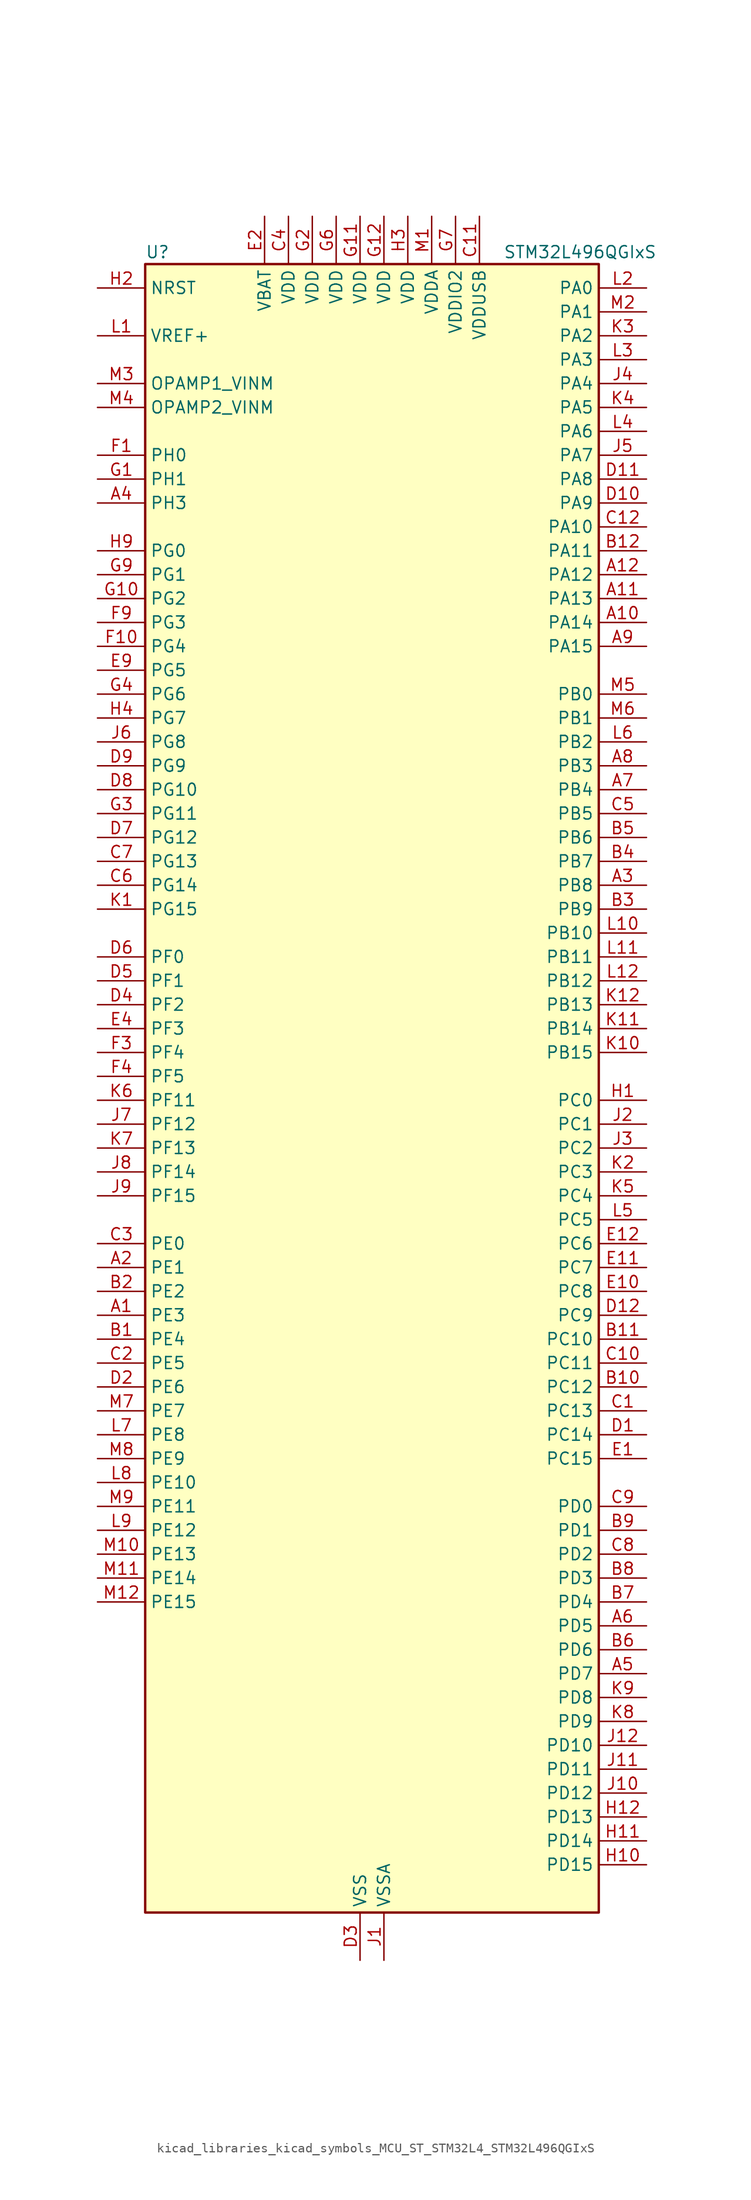
<source format=kicad_sym>
(kicad_symbol_lib
  (version 20220914)
  (generator kicad_symbol_editor)
  (symbol "kicad_libraries_kicad_symbols_MCU_ST_STM32L4_STM32L496QGIxS"
    (property "Reference" "U"
      (at -22.86 90.17 0)
      (effects (font (size 1.27 1.27)) (justify left)))
    (property "Value" "STM32L496QGIxS"
      (at 15.24 90.17 0)
      (effects (font (size 1.27 1.27)) (justify left)))
    (property "ki_locked" ""
      (at 0 0 0)
      (effects (font (size 1.27 1.27))))
    (symbol "kicad_libraries_kicad_symbols_MCU_ST_STM32L4_STM32L496QGIxS_0_1"
      (rectangle (start -22.86 -86.36) (end 25.4 88.9) (stroke (width 0.254) (type default)) (fill (type background))))
    (symbol "kicad_libraries_kicad_symbols_MCU_ST_STM32L4_STM32L496QGIxS_1_1"
      (pin bidirectional line (at -27.94 -22.86 0) (length 5.08) (name "PE3" (effects (font (size 1.27 1.27)))) (number "A1" (effects (font (size 1.27 1.27)))) (alternate "FMC_A19" bidirectional line) (alternate "LCD_SEG39" bidirectional line) (alternate "SAI1_SD_B" bidirectional line) (alternate "SYS_TRACED0" bidirectional line) (alternate "TIM3_CH1" bidirectional line) (alternate "TSC_G7_IO2" bidirectional line))
      (pin bidirectional line (at 30.48 50.8 180) (length 5.08) (name "PA14" (effects (font (size 1.27 1.27)))) (number "A10" (effects (font (size 1.27 1.27)))) (alternate "I2C1_SMBA" bidirectional line) (alternate "I2C4_SMBA" bidirectional line) (alternate "LPTIM1_OUT" bidirectional line) (alternate "SAI1_FS_B" bidirectional line) (alternate "SWPMI1_RX" bidirectional line) (alternate "SYS_JTCK-SWCLK" bidirectional line) (alternate "USB_OTG_FS_SOF" bidirectional line))
      (pin bidirectional line (at 30.48 53.34 180) (length 5.08) (name "PA13" (effects (font (size 1.27 1.27)))) (number "A11" (effects (font (size 1.27 1.27)))) (alternate "IR_OUT" bidirectional line) (alternate "SAI1_SD_B" bidirectional line) (alternate "SWPMI1_TX" bidirectional line) (alternate "SYS_JTMS-SWDIO" bidirectional line) (alternate "USB_OTG_FS_NOE" bidirectional line))
      (pin bidirectional line (at 30.48 55.88 180) (length 5.08) (name "PA12" (effects (font (size 1.27 1.27)))) (number "A12" (effects (font (size 1.27 1.27)))) (alternate "CAN1_TX" bidirectional line) (alternate "SPI1_MOSI" bidirectional line) (alternate "TIM1_ETR" bidirectional line) (alternate "USART1_DE" bidirectional line) (alternate "USART1_RTS" bidirectional line) (alternate "USB_OTG_FS_DP" bidirectional line))
      (pin bidirectional line (at -27.94 -17.78 0) (length 5.08) (name "PE1" (effects (font (size 1.27 1.27)))) (number "A2" (effects (font (size 1.27 1.27)))) (alternate "DCMI_D3" bidirectional line) (alternate "FMC_NBL1" bidirectional line) (alternate "LCD_SEG37" bidirectional line) (alternate "TIM17_CH1" bidirectional line))
      (pin bidirectional line (at 30.48 22.86 180) (length 5.08) (name "PB8" (effects (font (size 1.27 1.27)))) (number "A3" (effects (font (size 1.27 1.27)))) (alternate "CAN1_RX" bidirectional line) (alternate "DCMI_D6" bidirectional line) (alternate "DFSDM1_DATIN6" bidirectional line) (alternate "I2C1_SCL" bidirectional line) (alternate "LCD_SEG16" bidirectional line) (alternate "SAI1_MCLK_A" bidirectional line) (alternate "SDMMC1_D4" bidirectional line) (alternate "TIM16_CH1" bidirectional line) (alternate "TIM4_CH3" bidirectional line))
      (pin bidirectional line (at -27.94 63.5 0) (length 5.08) (name "PH3" (effects (font (size 1.27 1.27)))) (number "A4" (effects (font (size 1.27 1.27)))))
      (pin bidirectional line (at 30.48 -60.96 180) (length 5.08) (name "PD7" (effects (font (size 1.27 1.27)))) (number "A5" (effects (font (size 1.27 1.27)))) (alternate "DFSDM1_CKIN1" bidirectional line) (alternate "FMC_NE1" bidirectional line) (alternate "QUADSPI_BK2_IO3" bidirectional line) (alternate "USART2_CK" bidirectional line))
      (pin bidirectional line (at 30.48 -55.88 180) (length 5.08) (name "PD5" (effects (font (size 1.27 1.27)))) (number "A6" (effects (font (size 1.27 1.27)))) (alternate "FMC_NWE" bidirectional line) (alternate "QUADSPI_BK2_IO1" bidirectional line) (alternate "USART2_TX" bidirectional line))
      (pin bidirectional line (at 30.48 33.02 180) (length 5.08) (name "PB4" (effects (font (size 1.27 1.27)))) (number "A7" (effects (font (size 1.27 1.27)))) (alternate "COMP2_INP" bidirectional line) (alternate "DCMI_D12" bidirectional line) (alternate "I2C3_SDA" bidirectional line) (alternate "LCD_SEG8" bidirectional line) (alternate "SAI1_MCLK_B" bidirectional line) (alternate "SPI1_MISO" bidirectional line) (alternate "SPI3_MISO" bidirectional line) (alternate "SYS_JTRST" bidirectional line) (alternate "TIM17_BKIN" bidirectional line) (alternate "TIM3_CH1" bidirectional line) (alternate "TSC_G2_IO1" bidirectional line) (alternate "UART5_DE" bidirectional line) (alternate "UART5_RTS" bidirectional line) (alternate "USART1_CTS" bidirectional line))
      (pin bidirectional line (at 30.48 35.56 180) (length 5.08) (name "PB3" (effects (font (size 1.27 1.27)))) (number "A8" (effects (font (size 1.27 1.27)))) (alternate "COMP2_INM" bidirectional line) (alternate "CRS_SYNC" bidirectional line) (alternate "LCD_SEG7" bidirectional line) (alternate "SAI1_SCK_B" bidirectional line) (alternate "SPI1_SCK" bidirectional line) (alternate "SPI3_SCK" bidirectional line) (alternate "SYS_JTDO-SWO" bidirectional line) (alternate "TIM2_CH2" bidirectional line) (alternate "USART1_DE" bidirectional line) (alternate "USART1_RTS" bidirectional line))
      (pin bidirectional line (at 30.48 48.26 180) (length 5.08) (name "PA15" (effects (font (size 1.27 1.27)))) (number "A9" (effects (font (size 1.27 1.27)))) (alternate "ADC1_EXTI15" bidirectional line) (alternate "ADC2_EXTI15" bidirectional line) (alternate "ADC3_EXTI15" bidirectional line) (alternate "LCD_SEG17" bidirectional line) (alternate "SAI2_FS_B" bidirectional line) (alternate "SPI1_NSS" bidirectional line) (alternate "SPI3_NSS" bidirectional line) (alternate "SWPMI1_SUSPEND" bidirectional line) (alternate "SYS_JTDI" bidirectional line) (alternate "TIM2_CH1" bidirectional line) (alternate "TIM2_ETR" bidirectional line) (alternate "TSC_G3_IO1" bidirectional line) (alternate "UART4_DE" bidirectional line) (alternate "UART4_RTS" bidirectional line) (alternate "USART2_RX" bidirectional line) (alternate "USART3_DE" bidirectional line) (alternate "USART3_RTS" bidirectional line))
      (pin bidirectional line (at -27.94 -25.4 0) (length 5.08) (name "PE4" (effects (font (size 1.27 1.27)))) (number "B1" (effects (font (size 1.27 1.27)))) (alternate "DCMI_D4" bidirectional line) (alternate "DFSDM1_DATIN3" bidirectional line) (alternate "FMC_A20" bidirectional line) (alternate "SAI1_FS_A" bidirectional line) (alternate "SYS_TRACED1" bidirectional line) (alternate "TIM3_CH2" bidirectional line) (alternate "TSC_G7_IO3" bidirectional line))
      (pin bidirectional line (at 30.48 -30.48 180) (length 5.08) (name "PC12" (effects (font (size 1.27 1.27)))) (number "B10" (effects (font (size 1.27 1.27)))) (alternate "DCMI_D9" bidirectional line) (alternate "LCD_COM6" bidirectional line) (alternate "LCD_SEG30" bidirectional line) (alternate "LCD_SEG42" bidirectional line) (alternate "SAI2_SD_B" bidirectional line) (alternate "SDMMC1_CK" bidirectional line) (alternate "SPI3_MOSI" bidirectional line) (alternate "SYS_TRACED3" bidirectional line) (alternate "TSC_G3_IO4" bidirectional line) (alternate "UART5_TX" bidirectional line) (alternate "USART3_CK" bidirectional line))
      (pin bidirectional line (at 30.48 -25.4 180) (length 5.08) (name "PC10" (effects (font (size 1.27 1.27)))) (number "B11" (effects (font (size 1.27 1.27)))) (alternate "DCMI_D8" bidirectional line) (alternate "LCD_COM4" bidirectional line) (alternate "LCD_SEG28" bidirectional line) (alternate "LCD_SEG40" bidirectional line) (alternate "SAI2_SCK_B" bidirectional line) (alternate "SDMMC1_D2" bidirectional line) (alternate "SPI3_SCK" bidirectional line) (alternate "SYS_TRACED1" bidirectional line) (alternate "TSC_G3_IO2" bidirectional line) (alternate "UART4_TX" bidirectional line) (alternate "USART3_TX" bidirectional line))
      (pin bidirectional line (at 30.48 58.42 180) (length 5.08) (name "PA11" (effects (font (size 1.27 1.27)))) (number "B12" (effects (font (size 1.27 1.27)))) (alternate "ADC1_EXTI11" bidirectional line) (alternate "ADC2_EXTI11" bidirectional line) (alternate "ADC3_EXTI11" bidirectional line) (alternate "CAN1_RX" bidirectional line) (alternate "SPI1_MISO" bidirectional line) (alternate "TIM1_BKIN2" bidirectional line) (alternate "TIM1_BKIN2_COMP1" bidirectional line) (alternate "TIM1_CH4" bidirectional line) (alternate "USART1_CTS" bidirectional line) (alternate "USB_OTG_FS_DM" bidirectional line))
      (pin bidirectional line (at -27.94 -20.32 0) (length 5.08) (name "PE2" (effects (font (size 1.27 1.27)))) (number "B2" (effects (font (size 1.27 1.27)))) (alternate "FMC_A23" bidirectional line) (alternate "LCD_SEG38" bidirectional line) (alternate "SAI1_MCLK_A" bidirectional line) (alternate "SYS_TRACECLK" bidirectional line) (alternate "TIM3_ETR" bidirectional line) (alternate "TSC_G7_IO1" bidirectional line))
      (pin bidirectional line (at 30.48 20.32 180) (length 5.08) (name "PB9" (effects (font (size 1.27 1.27)))) (number "B3" (effects (font (size 1.27 1.27)))) (alternate "CAN1_TX" bidirectional line) (alternate "DAC1_EXTI9" bidirectional line) (alternate "DCMI_D7" bidirectional line) (alternate "DFSDM1_CKIN6" bidirectional line) (alternate "I2C1_SDA" bidirectional line) (alternate "IR_OUT" bidirectional line) (alternate "LCD_COM3" bidirectional line) (alternate "SAI1_FS_A" bidirectional line) (alternate "SDMMC1_D5" bidirectional line) (alternate "SPI2_NSS" bidirectional line) (alternate "TIM17_CH1" bidirectional line) (alternate "TIM4_CH4" bidirectional line))
      (pin bidirectional line (at 30.48 25.4 180) (length 5.08) (name "PB7" (effects (font (size 1.27 1.27)))) (number "B4" (effects (font (size 1.27 1.27)))) (alternate "COMP2_INM" bidirectional line) (alternate "DCMI_VSYNC" bidirectional line) (alternate "DFSDM1_CKIN5" bidirectional line) (alternate "FMC_NL" bidirectional line) (alternate "I2C1_SDA" bidirectional line) (alternate "I2C4_SDA" bidirectional line) (alternate "LCD_SEG21" bidirectional line) (alternate "LPTIM1_IN2" bidirectional line) (alternate "SYS_PVD_IN" bidirectional line) (alternate "TIM17_CH1N" bidirectional line) (alternate "TIM4_CH2" bidirectional line) (alternate "TIM8_BKIN" bidirectional line) (alternate "TIM8_BKIN_COMP1" bidirectional line) (alternate "TSC_G2_IO4" bidirectional line) (alternate "UART4_CTS" bidirectional line) (alternate "USART1_RX" bidirectional line))
      (pin bidirectional line (at 30.48 27.94 180) (length 5.08) (name "PB6" (effects (font (size 1.27 1.27)))) (number "B5" (effects (font (size 1.27 1.27)))) (alternate "CAN2_TX" bidirectional line) (alternate "COMP2_INP" bidirectional line) (alternate "DCMI_D5" bidirectional line) (alternate "DFSDM1_DATIN5" bidirectional line) (alternate "I2C1_SCL" bidirectional line) (alternate "I2C4_SCL" bidirectional line) (alternate "LPTIM1_ETR" bidirectional line) (alternate "SAI1_FS_B" bidirectional line) (alternate "TIM16_CH1N" bidirectional line) (alternate "TIM4_CH1" bidirectional line) (alternate "TIM8_BKIN2" bidirectional line) (alternate "TIM8_BKIN2_COMP2" bidirectional line) (alternate "TSC_G2_IO3" bidirectional line) (alternate "USART1_TX" bidirectional line))
      (pin bidirectional line (at 30.48 -58.42 180) (length 5.08) (name "PD6" (effects (font (size 1.27 1.27)))) (number "B6" (effects (font (size 1.27 1.27)))) (alternate "DCMI_D10" bidirectional line) (alternate "DFSDM1_DATIN1" bidirectional line) (alternate "FMC_NWAIT" bidirectional line) (alternate "QUADSPI_BK2_IO1" bidirectional line) (alternate "QUADSPI_BK2_IO2" bidirectional line) (alternate "SAI1_SD_A" bidirectional line) (alternate "USART2_RX" bidirectional line))
      (pin bidirectional line (at 30.48 -53.34 180) (length 5.08) (name "PD4" (effects (font (size 1.27 1.27)))) (number "B7" (effects (font (size 1.27 1.27)))) (alternate "DFSDM1_CKIN0" bidirectional line) (alternate "FMC_NOE" bidirectional line) (alternate "QUADSPI_BK2_IO0" bidirectional line) (alternate "SPI2_MOSI" bidirectional line) (alternate "USART2_DE" bidirectional line) (alternate "USART2_RTS" bidirectional line))
      (pin bidirectional line (at 30.48 -50.8 180) (length 5.08) (name "PD3" (effects (font (size 1.27 1.27)))) (number "B8" (effects (font (size 1.27 1.27)))) (alternate "DCMI_D5" bidirectional line) (alternate "DFSDM1_DATIN0" bidirectional line) (alternate "FMC_CLK" bidirectional line) (alternate "QUADSPI_BK2_NCS" bidirectional line) (alternate "SPI2_MISO" bidirectional line) (alternate "SPI2_SCK" bidirectional line) (alternate "USART2_CTS" bidirectional line))
      (pin bidirectional line (at 30.48 -45.72 180) (length 5.08) (name "PD1" (effects (font (size 1.27 1.27)))) (number "B9" (effects (font (size 1.27 1.27)))) (alternate "CAN1_TX" bidirectional line) (alternate "DFSDM1_CKIN7" bidirectional line) (alternate "FMC_D3" bidirectional line) (alternate "FMC_DA3" bidirectional line) (alternate "SPI2_SCK" bidirectional line))
      (pin bidirectional line (at 30.48 -33.02 180) (length 5.08) (name "PC13" (effects (font (size 1.27 1.27)))) (number "C1" (effects (font (size 1.27 1.27)))) (alternate "RTC_OUT_ALARM" bidirectional line) (alternate "RTC_OUT_CALIB" bidirectional line) (alternate "RTC_TAMP1" bidirectional line) (alternate "RTC_TS" bidirectional line) (alternate "SYS_WKUP2" bidirectional line))
      (pin bidirectional line (at 30.48 -27.94 180) (length 5.08) (name "PC11" (effects (font (size 1.27 1.27)))) (number "C10" (effects (font (size 1.27 1.27)))) (alternate "ADC1_EXTI11" bidirectional line) (alternate "ADC2_EXTI11" bidirectional line) (alternate "ADC3_EXTI11" bidirectional line) (alternate "DCMI_D4" bidirectional line) (alternate "LCD_COM5" bidirectional line) (alternate "LCD_SEG29" bidirectional line) (alternate "LCD_SEG41" bidirectional line) (alternate "QUADSPI_BK2_NCS" bidirectional line) (alternate "SAI2_MCLK_B" bidirectional line) (alternate "SDMMC1_D3" bidirectional line) (alternate "SPI3_MISO" bidirectional line) (alternate "TSC_G3_IO3" bidirectional line) (alternate "UART4_RX" bidirectional line) (alternate "USART3_RX" bidirectional line))
      (pin power_in line (at 12.7 93.98 270) (length 5.08) (name "VDDUSB" (effects (font (size 1.27 1.27)))) (number "C11" (effects (font (size 1.27 1.27)))))
      (pin bidirectional line (at 30.48 60.96 180) (length 5.08) (name "PA10" (effects (font (size 1.27 1.27)))) (number "C12" (effects (font (size 1.27 1.27)))) (alternate "DCMI_D1" bidirectional line) (alternate "LCD_COM2" bidirectional line) (alternate "SAI1_SD_A" bidirectional line) (alternate "TIM17_BKIN" bidirectional line) (alternate "TIM1_CH3" bidirectional line) (alternate "USART1_RX" bidirectional line) (alternate "USB_OTG_FS_ID" bidirectional line))
      (pin bidirectional line (at -27.94 -27.94 0) (length 5.08) (name "PE5" (effects (font (size 1.27 1.27)))) (number "C2" (effects (font (size 1.27 1.27)))) (alternate "DCMI_D6" bidirectional line) (alternate "DFSDM1_CKIN3" bidirectional line) (alternate "FMC_A21" bidirectional line) (alternate "SAI1_SCK_A" bidirectional line) (alternate "SYS_TRACED2" bidirectional line) (alternate "TIM3_CH3" bidirectional line) (alternate "TSC_G7_IO4" bidirectional line))
      (pin bidirectional line (at -27.94 -15.24 0) (length 5.08) (name "PE0" (effects (font (size 1.27 1.27)))) (number "C3" (effects (font (size 1.27 1.27)))) (alternate "DCMI_D2" bidirectional line) (alternate "FMC_NBL0" bidirectional line) (alternate "LCD_SEG36" bidirectional line) (alternate "TIM16_CH1" bidirectional line) (alternate "TIM4_ETR" bidirectional line))
      (pin power_in line (at -7.62 93.98 270) (length 5.08) (name "VDD" (effects (font (size 1.27 1.27)))) (number "C4" (effects (font (size 1.27 1.27)))))
      (pin bidirectional line (at 30.48 30.48 180) (length 5.08) (name "PB5" (effects (font (size 1.27 1.27)))) (number "C5" (effects (font (size 1.27 1.27)))) (alternate "CAN2_RX" bidirectional line) (alternate "COMP2_OUT" bidirectional line) (alternate "DCMI_D10" bidirectional line) (alternate "I2C1_SMBA" bidirectional line) (alternate "LCD_SEG9" bidirectional line) (alternate "LPTIM1_IN1" bidirectional line) (alternate "SAI1_SD_B" bidirectional line) (alternate "SPI1_MOSI" bidirectional line) (alternate "SPI3_MOSI" bidirectional line) (alternate "TIM16_BKIN" bidirectional line) (alternate "TIM3_CH2" bidirectional line) (alternate "TSC_G2_IO2" bidirectional line) (alternate "UART5_CTS" bidirectional line) (alternate "USART1_CK" bidirectional line))
      (pin bidirectional line (at -27.94 22.86 0) (length 5.08) (name "PG14" (effects (font (size 1.27 1.27)))) (number "C6" (effects (font (size 1.27 1.27)))) (alternate "FMC_A25" bidirectional line) (alternate "I2C1_SCL" bidirectional line))
      (pin bidirectional line (at -27.94 25.4 0) (length 5.08) (name "PG13" (effects (font (size 1.27 1.27)))) (number "C7" (effects (font (size 1.27 1.27)))) (alternate "FMC_A24" bidirectional line) (alternate "I2C1_SDA" bidirectional line) (alternate "USART1_CK" bidirectional line))
      (pin bidirectional line (at 30.48 -48.26 180) (length 5.08) (name "PD2" (effects (font (size 1.27 1.27)))) (number "C8" (effects (font (size 1.27 1.27)))) (alternate "DCMI_D11" bidirectional line) (alternate "LCD_COM7" bidirectional line) (alternate "LCD_SEG31" bidirectional line) (alternate "LCD_SEG43" bidirectional line) (alternate "SDMMC1_CMD" bidirectional line) (alternate "SYS_TRACED2" bidirectional line) (alternate "TIM3_ETR" bidirectional line) (alternate "TSC_SYNC" bidirectional line) (alternate "UART5_RX" bidirectional line) (alternate "USART3_DE" bidirectional line) (alternate "USART3_RTS" bidirectional line))
      (pin bidirectional line (at 30.48 -43.18 180) (length 5.08) (name "PD0" (effects (font (size 1.27 1.27)))) (number "C9" (effects (font (size 1.27 1.27)))) (alternate "CAN1_RX" bidirectional line) (alternate "DFSDM1_DATIN7" bidirectional line) (alternate "FMC_D2" bidirectional line) (alternate "FMC_DA2" bidirectional line) (alternate "SPI2_NSS" bidirectional line))
      (pin bidirectional line (at 30.48 -35.56 180) (length 5.08) (name "PC14" (effects (font (size 1.27 1.27)))) (number "D1" (effects (font (size 1.27 1.27)))) (alternate "RCC_OSC32_IN" bidirectional line))
      (pin bidirectional line (at 30.48 63.5 180) (length 5.08) (name "PA9" (effects (font (size 1.27 1.27)))) (number "D10" (effects (font (size 1.27 1.27)))) (alternate "DAC1_EXTI9" bidirectional line) (alternate "DCMI_D0" bidirectional line) (alternate "LCD_COM1" bidirectional line) (alternate "SAI1_FS_A" bidirectional line) (alternate "SPI2_SCK" bidirectional line) (alternate "TIM15_BKIN" bidirectional line) (alternate "TIM1_CH2" bidirectional line) (alternate "USART1_TX" bidirectional line) (alternate "USB_OTG_FS_VBUS" bidirectional line))
      (pin bidirectional line (at 30.48 66.04 180) (length 5.08) (name "PA8" (effects (font (size 1.27 1.27)))) (number "D11" (effects (font (size 1.27 1.27)))) (alternate "LCD_COM0" bidirectional line) (alternate "LPTIM2_OUT" bidirectional line) (alternate "RCC_MCO" bidirectional line) (alternate "SAI1_SCK_A" bidirectional line) (alternate "SWPMI1_IO" bidirectional line) (alternate "TIM1_CH1" bidirectional line) (alternate "USART1_CK" bidirectional line) (alternate "USB_OTG_FS_SOF" bidirectional line))
      (pin bidirectional line (at 30.48 -22.86 180) (length 5.08) (name "PC9" (effects (font (size 1.27 1.27)))) (number "D12" (effects (font (size 1.27 1.27)))) (alternate "DAC1_EXTI9" bidirectional line) (alternate "DCMI_D3" bidirectional line) (alternate "I2C3_SDA" bidirectional line) (alternate "LCD_SEG27" bidirectional line) (alternate "SAI2_EXTCLK" bidirectional line) (alternate "SDMMC1_D1" bidirectional line) (alternate "TIM3_CH4" bidirectional line) (alternate "TIM8_BKIN2" bidirectional line) (alternate "TIM8_BKIN2_COMP1" bidirectional line) (alternate "TIM8_CH4" bidirectional line) (alternate "TSC_G4_IO4" bidirectional line) (alternate "USB_OTG_FS_NOE" bidirectional line))
      (pin bidirectional line (at -27.94 -30.48 0) (length 5.08) (name "PE6" (effects (font (size 1.27 1.27)))) (number "D2" (effects (font (size 1.27 1.27)))) (alternate "DCMI_D7" bidirectional line) (alternate "FMC_A22" bidirectional line) (alternate "RTC_TAMP3" bidirectional line) (alternate "SAI1_SD_A" bidirectional line) (alternate "SYS_TRACED3" bidirectional line) (alternate "SYS_WKUP3" bidirectional line) (alternate "TIM3_CH4" bidirectional line))
      (pin power_in line (at 0 -91.44 90) (length 5.08) (name "VSS" (effects (font (size 1.27 1.27)))) (number "D3" (effects (font (size 1.27 1.27)))))
      (pin bidirectional line (at -27.94 10.16 0) (length 5.08) (name "PF2" (effects (font (size 1.27 1.27)))) (number "D4" (effects (font (size 1.27 1.27)))) (alternate "FMC_A2" bidirectional line) (alternate "I2C2_SMBA" bidirectional line))
      (pin bidirectional line (at -27.94 12.7 0) (length 5.08) (name "PF1" (effects (font (size 1.27 1.27)))) (number "D5" (effects (font (size 1.27 1.27)))) (alternate "FMC_A1" bidirectional line) (alternate "I2C2_SCL" bidirectional line))
      (pin bidirectional line (at -27.94 15.24 0) (length 5.08) (name "PF0" (effects (font (size 1.27 1.27)))) (number "D6" (effects (font (size 1.27 1.27)))) (alternate "FMC_A0" bidirectional line) (alternate "I2C2_SDA" bidirectional line))
      (pin bidirectional line (at -27.94 27.94 0) (length 5.08) (name "PG12" (effects (font (size 1.27 1.27)))) (number "D7" (effects (font (size 1.27 1.27)))) (alternate "FMC_NE4" bidirectional line) (alternate "LPTIM1_ETR" bidirectional line) (alternate "SAI2_SD_A" bidirectional line) (alternate "SPI3_NSS" bidirectional line) (alternate "USART1_DE" bidirectional line) (alternate "USART1_RTS" bidirectional line))
      (pin bidirectional line (at -27.94 33.02 0) (length 5.08) (name "PG10" (effects (font (size 1.27 1.27)))) (number "D8" (effects (font (size 1.27 1.27)))) (alternate "FMC_NE3" bidirectional line) (alternate "LPTIM1_IN1" bidirectional line) (alternate "SAI2_FS_A" bidirectional line) (alternate "SPI3_MISO" bidirectional line) (alternate "TIM15_CH1" bidirectional line) (alternate "USART1_RX" bidirectional line))
      (pin bidirectional line (at -27.94 35.56 0) (length 5.08) (name "PG9" (effects (font (size 1.27 1.27)))) (number "D9" (effects (font (size 1.27 1.27)))) (alternate "DAC1_EXTI9" bidirectional line) (alternate "FMC_NCE" bidirectional line) (alternate "FMC_NE2" bidirectional line) (alternate "SAI2_SCK_A" bidirectional line) (alternate "SPI3_SCK" bidirectional line) (alternate "TIM15_CH1N" bidirectional line) (alternate "USART1_TX" bidirectional line))
      (pin bidirectional line (at 30.48 -38.1 180) (length 5.08) (name "PC15" (effects (font (size 1.27 1.27)))) (number "E1" (effects (font (size 1.27 1.27)))) (alternate "ADC1_EXTI15" bidirectional line) (alternate "ADC2_EXTI15" bidirectional line) (alternate "ADC3_EXTI15" bidirectional line) (alternate "RCC_OSC32_OUT" bidirectional line))
      (pin bidirectional line (at 30.48 -20.32 180) (length 5.08) (name "PC8" (effects (font (size 1.27 1.27)))) (number "E10" (effects (font (size 1.27 1.27)))) (alternate "DCMI_D2" bidirectional line) (alternate "LCD_SEG26" bidirectional line) (alternate "SDMMC1_D0" bidirectional line) (alternate "TIM3_CH3" bidirectional line) (alternate "TIM8_CH3" bidirectional line) (alternate "TSC_G4_IO3" bidirectional line))
      (pin bidirectional line (at 30.48 -17.78 180) (length 5.08) (name "PC7" (effects (font (size 1.27 1.27)))) (number "E11" (effects (font (size 1.27 1.27)))) (alternate "DCMI_D1" bidirectional line) (alternate "DFSDM1_DATIN3" bidirectional line) (alternate "LCD_SEG25" bidirectional line) (alternate "SAI2_MCLK_B" bidirectional line) (alternate "SDMMC1_D7" bidirectional line) (alternate "TIM3_CH2" bidirectional line) (alternate "TIM8_CH2" bidirectional line) (alternate "TSC_G4_IO2" bidirectional line))
      (pin bidirectional line (at 30.48 -15.24 180) (length 5.08) (name "PC6" (effects (font (size 1.27 1.27)))) (number "E12" (effects (font (size 1.27 1.27)))) (alternate "DCMI_D0" bidirectional line) (alternate "DFSDM1_CKIN3" bidirectional line) (alternate "LCD_SEG24" bidirectional line) (alternate "SAI2_MCLK_A" bidirectional line) (alternate "SDMMC1_D6" bidirectional line) (alternate "TIM3_CH1" bidirectional line) (alternate "TIM8_CH1" bidirectional line) (alternate "TSC_G4_IO1" bidirectional line))
      (pin power_in line (at -10.16 93.98 270) (length 5.08) (name "VBAT" (effects (font (size 1.27 1.27)))) (number "E2" (effects (font (size 1.27 1.27)))))
      (pin passive line (at 0 -91.44 90) (length 5.08) hide (name "VSS" (effects (font (size 1.27 1.27)))) (number "E3" (effects (font (size 1.27 1.27)))))
      (pin bidirectional line (at -27.94 7.62 0) (length 5.08) (name "PF3" (effects (font (size 1.27 1.27)))) (number "E4" (effects (font (size 1.27 1.27)))) (alternate "ADC3_IN6" bidirectional line) (alternate "FMC_A3" bidirectional line))
      (pin bidirectional line (at -27.94 45.72 0) (length 5.08) (name "PG5" (effects (font (size 1.27 1.27)))) (number "E9" (effects (font (size 1.27 1.27)))) (alternate "FMC_A15" bidirectional line) (alternate "LPUART1_CTS" bidirectional line) (alternate "SAI2_SD_B" bidirectional line) (alternate "SPI1_NSS" bidirectional line))
      (pin bidirectional line (at -27.94 68.58 0) (length 5.08) (name "PH0" (effects (font (size 1.27 1.27)))) (number "F1" (effects (font (size 1.27 1.27)))) (alternate "RCC_OSC_IN" bidirectional line))
      (pin bidirectional line (at -27.94 48.26 0) (length 5.08) (name "PG4" (effects (font (size 1.27 1.27)))) (number "F10" (effects (font (size 1.27 1.27)))) (alternate "FMC_A14" bidirectional line) (alternate "SAI2_MCLK_B" bidirectional line) (alternate "SPI1_MOSI" bidirectional line))
      (pin passive line (at 0 -91.44 90) (length 5.08) hide (name "VSS" (effects (font (size 1.27 1.27)))) (number "F11" (effects (font (size 1.27 1.27)))))
      (pin passive line (at 0 -91.44 90) (length 5.08) hide (name "VSS" (effects (font (size 1.27 1.27)))) (number "F12" (effects (font (size 1.27 1.27)))))
      (pin passive line (at 0 -91.44 90) (length 5.08) hide (name "VSS" (effects (font (size 1.27 1.27)))) (number "F2" (effects (font (size 1.27 1.27)))))
      (pin bidirectional line (at -27.94 5.08 0) (length 5.08) (name "PF4" (effects (font (size 1.27 1.27)))) (number "F3" (effects (font (size 1.27 1.27)))) (alternate "ADC3_IN7" bidirectional line) (alternate "FMC_A4" bidirectional line))
      (pin bidirectional line (at -27.94 2.54 0) (length 5.08) (name "PF5" (effects (font (size 1.27 1.27)))) (number "F4" (effects (font (size 1.27 1.27)))) (alternate "ADC3_IN8" bidirectional line) (alternate "FMC_A5" bidirectional line))
      (pin passive line (at 0 -91.44 90) (length 5.08) hide (name "VSS" (effects (font (size 1.27 1.27)))) (number "F6" (effects (font (size 1.27 1.27)))))
      (pin passive line (at 0 -91.44 90) (length 5.08) hide (name "VSS" (effects (font (size 1.27 1.27)))) (number "F7" (effects (font (size 1.27 1.27)))))
      (pin bidirectional line (at -27.94 50.8 0) (length 5.08) (name "PG3" (effects (font (size 1.27 1.27)))) (number "F9" (effects (font (size 1.27 1.27)))) (alternate "FMC_A13" bidirectional line) (alternate "SAI2_FS_B" bidirectional line) (alternate "SPI1_MISO" bidirectional line))
      (pin bidirectional line (at -27.94 66.04 0) (length 5.08) (name "PH1" (effects (font (size 1.27 1.27)))) (number "G1" (effects (font (size 1.27 1.27)))) (alternate "RCC_OSC_OUT" bidirectional line))
      (pin bidirectional line (at -27.94 53.34 0) (length 5.08) (name "PG2" (effects (font (size 1.27 1.27)))) (number "G10" (effects (font (size 1.27 1.27)))) (alternate "FMC_A12" bidirectional line) (alternate "SAI2_SCK_B" bidirectional line) (alternate "SPI1_SCK" bidirectional line))
      (pin power_in line (at 0 93.98 270) (length 5.08) (name "VDD" (effects (font (size 1.27 1.27)))) (number "G11" (effects (font (size 1.27 1.27)))))
      (pin power_in line (at 2.54 93.98 270) (length 5.08) (name "VDD" (effects (font (size 1.27 1.27)))) (number "G12" (effects (font (size 1.27 1.27)))))
      (pin power_in line (at -5.08 93.98 270) (length 5.08) (name "VDD" (effects (font (size 1.27 1.27)))) (number "G2" (effects (font (size 1.27 1.27)))))
      (pin bidirectional line (at -27.94 30.48 0) (length 5.08) (name "PG11" (effects (font (size 1.27 1.27)))) (number "G3" (effects (font (size 1.27 1.27)))) (alternate "ADC1_EXTI11" bidirectional line) (alternate "ADC2_EXTI11" bidirectional line) (alternate "ADC3_EXTI11" bidirectional line) (alternate "LPTIM1_IN2" bidirectional line) (alternate "SAI2_MCLK_A" bidirectional line) (alternate "SPI3_MOSI" bidirectional line) (alternate "TIM15_CH2" bidirectional line) (alternate "USART1_CTS" bidirectional line))
      (pin bidirectional line (at -27.94 43.18 0) (length 5.08) (name "PG6" (effects (font (size 1.27 1.27)))) (number "G4" (effects (font (size 1.27 1.27)))) (alternate "I2C3_SMBA" bidirectional line) (alternate "LPUART1_DE" bidirectional line) (alternate "LPUART1_RTS" bidirectional line))
      (pin power_in line (at -2.54 93.98 270) (length 5.08) (name "VDD" (effects (font (size 1.27 1.27)))) (number "G6" (effects (font (size 1.27 1.27)))))
      (pin power_in line (at 10.16 93.98 270) (length 5.08) (name "VDDIO2" (effects (font (size 1.27 1.27)))) (number "G7" (effects (font (size 1.27 1.27)))))
      (pin bidirectional line (at -27.94 55.88 0) (length 5.08) (name "PG1" (effects (font (size 1.27 1.27)))) (number "G9" (effects (font (size 1.27 1.27)))) (alternate "FMC_A11" bidirectional line) (alternate "TSC_G8_IO4" bidirectional line))
      (pin bidirectional line (at 30.48 0 180) (length 5.08) (name "PC0" (effects (font (size 1.27 1.27)))) (number "H1" (effects (font (size 1.27 1.27)))) (alternate "ADC1_IN1" bidirectional line) (alternate "ADC2_IN1" bidirectional line) (alternate "ADC3_IN1" bidirectional line) (alternate "DFSDM1_DATIN4" bidirectional line) (alternate "I2C3_SCL" bidirectional line) (alternate "I2C4_SCL" bidirectional line) (alternate "LCD_SEG18" bidirectional line) (alternate "LPTIM1_IN1" bidirectional line) (alternate "LPTIM2_IN1" bidirectional line) (alternate "LPUART1_RX" bidirectional line))
      (pin bidirectional line (at 30.48 -81.28 180) (length 5.08) (name "PD15" (effects (font (size 1.27 1.27)))) (number "H10" (effects (font (size 1.27 1.27)))) (alternate "ADC1_EXTI15" bidirectional line) (alternate "ADC2_EXTI15" bidirectional line) (alternate "ADC3_EXTI15" bidirectional line) (alternate "FMC_D1" bidirectional line) (alternate "FMC_DA1" bidirectional line) (alternate "LCD_SEG35" bidirectional line) (alternate "TIM4_CH4" bidirectional line))
      (pin bidirectional line (at 30.48 -78.74 180) (length 5.08) (name "PD14" (effects (font (size 1.27 1.27)))) (number "H11" (effects (font (size 1.27 1.27)))) (alternate "FMC_D0" bidirectional line) (alternate "FMC_DA0" bidirectional line) (alternate "LCD_SEG34" bidirectional line) (alternate "TIM4_CH3" bidirectional line))
      (pin bidirectional line (at 30.48 -76.2 180) (length 5.08) (name "PD13" (effects (font (size 1.27 1.27)))) (number "H12" (effects (font (size 1.27 1.27)))) (alternate "FMC_A18" bidirectional line) (alternate "I2C4_SDA" bidirectional line) (alternate "LCD_SEG33" bidirectional line) (alternate "LPTIM2_OUT" bidirectional line) (alternate "TIM4_CH2" bidirectional line) (alternate "TSC_G6_IO4" bidirectional line))
      (pin input line (at -27.94 86.36 0) (length 5.08) (name "NRST" (effects (font (size 1.27 1.27)))) (number "H2" (effects (font (size 1.27 1.27)))))
      (pin power_in line (at 5.08 93.98 270) (length 5.08) (name "VDD" (effects (font (size 1.27 1.27)))) (number "H3" (effects (font (size 1.27 1.27)))))
      (pin bidirectional line (at -27.94 40.64 0) (length 5.08) (name "PG7" (effects (font (size 1.27 1.27)))) (number "H4" (effects (font (size 1.27 1.27)))) (alternate "FMC_INT" bidirectional line) (alternate "I2C3_SCL" bidirectional line) (alternate "LPUART1_TX" bidirectional line) (alternate "SAI1_MCLK_A" bidirectional line))
      (pin bidirectional line (at -27.94 58.42 0) (length 5.08) (name "PG0" (effects (font (size 1.27 1.27)))) (number "H9" (effects (font (size 1.27 1.27)))) (alternate "FMC_A10" bidirectional line) (alternate "TSC_G8_IO3" bidirectional line))
      (pin power_in line (at 2.54 -91.44 90) (length 5.08) (name "VSSA" (effects (font (size 1.27 1.27)))) (number "J1" (effects (font (size 1.27 1.27)))))
      (pin bidirectional line (at 30.48 -73.66 180) (length 5.08) (name "PD12" (effects (font (size 1.27 1.27)))) (number "J10" (effects (font (size 1.27 1.27)))) (alternate "FMC_A17" bidirectional line) (alternate "FMC_ALE" bidirectional line) (alternate "I2C4_SCL" bidirectional line) (alternate "LCD_SEG32" bidirectional line) (alternate "LPTIM2_IN1" bidirectional line) (alternate "SAI2_FS_A" bidirectional line) (alternate "TIM4_CH1" bidirectional line) (alternate "TSC_G6_IO3" bidirectional line) (alternate "USART3_DE" bidirectional line) (alternate "USART3_RTS" bidirectional line))
      (pin bidirectional line (at 30.48 -71.12 180) (length 5.08) (name "PD11" (effects (font (size 1.27 1.27)))) (number "J11" (effects (font (size 1.27 1.27)))) (alternate "ADC1_EXTI11" bidirectional line) (alternate "ADC2_EXTI11" bidirectional line) (alternate "ADC3_EXTI11" bidirectional line) (alternate "FMC_A16" bidirectional line) (alternate "FMC_CLE" bidirectional line) (alternate "I2C4_SMBA" bidirectional line) (alternate "LCD_SEG31" bidirectional line) (alternate "LPTIM2_ETR" bidirectional line) (alternate "SAI2_SD_A" bidirectional line) (alternate "TSC_G6_IO2" bidirectional line) (alternate "USART3_CTS" bidirectional line))
      (pin bidirectional line (at 30.48 -68.58 180) (length 5.08) (name "PD10" (effects (font (size 1.27 1.27)))) (number "J12" (effects (font (size 1.27 1.27)))) (alternate "FMC_D15" bidirectional line) (alternate "FMC_DA15" bidirectional line) (alternate "LCD_SEG30" bidirectional line) (alternate "SAI2_SCK_A" bidirectional line) (alternate "TSC_G6_IO1" bidirectional line) (alternate "USART3_CK" bidirectional line))
      (pin bidirectional line (at 30.48 -2.54 180) (length 5.08) (name "PC1" (effects (font (size 1.27 1.27)))) (number "J2" (effects (font (size 1.27 1.27)))) (alternate "ADC1_IN2" bidirectional line) (alternate "ADC2_IN2" bidirectional line) (alternate "ADC3_IN2" bidirectional line) (alternate "DFSDM1_CKIN4" bidirectional line) (alternate "I2C3_SDA" bidirectional line) (alternate "I2C4_SDA" bidirectional line) (alternate "LCD_SEG19" bidirectional line) (alternate "LPTIM1_OUT" bidirectional line) (alternate "LPUART1_TX" bidirectional line) (alternate "QUADSPI_BK2_IO0" bidirectional line) (alternate "SAI1_SD_A" bidirectional line) (alternate "SPI2_MOSI" bidirectional line) (alternate "SYS_TRACED0" bidirectional line))
      (pin bidirectional line (at 30.48 -5.08 180) (length 5.08) (name "PC2" (effects (font (size 1.27 1.27)))) (number "J3" (effects (font (size 1.27 1.27)))) (alternate "ADC1_IN3" bidirectional line) (alternate "ADC2_IN3" bidirectional line) (alternate "ADC3_IN3" bidirectional line) (alternate "DFSDM1_CKOUT" bidirectional line) (alternate "LCD_SEG20" bidirectional line) (alternate "LPTIM1_IN2" bidirectional line) (alternate "QUADSPI_BK2_IO1" bidirectional line) (alternate "SPI2_MISO" bidirectional line))
      (pin bidirectional line (at 30.48 76.2 180) (length 5.08) (name "PA4" (effects (font (size 1.27 1.27)))) (number "J4" (effects (font (size 1.27 1.27)))) (alternate "ADC1_IN9" bidirectional line) (alternate "ADC2_IN9" bidirectional line) (alternate "DAC1_OUT1" bidirectional line) (alternate "DCMI_HSYNC" bidirectional line) (alternate "LPTIM2_OUT" bidirectional line) (alternate "SAI1_FS_B" bidirectional line) (alternate "SPI1_NSS" bidirectional line) (alternate "SPI3_NSS" bidirectional line) (alternate "USART2_CK" bidirectional line))
      (pin bidirectional line (at 30.48 68.58 180) (length 5.08) (name "PA7" (effects (font (size 1.27 1.27)))) (number "J5" (effects (font (size 1.27 1.27)))) (alternate "ADC1_IN12" bidirectional line) (alternate "ADC2_IN12" bidirectional line) (alternate "I2C3_SCL" bidirectional line) (alternate "LCD_SEG4" bidirectional line) (alternate "QUADSPI_BK1_IO2" bidirectional line) (alternate "SPI1_MOSI" bidirectional line) (alternate "TIM17_CH1" bidirectional line) (alternate "TIM1_CH1N" bidirectional line) (alternate "TIM3_CH2" bidirectional line) (alternate "TIM8_CH1N" bidirectional line))
      (pin bidirectional line (at -27.94 38.1 0) (length 5.08) (name "PG8" (effects (font (size 1.27 1.27)))) (number "J6" (effects (font (size 1.27 1.27)))) (alternate "I2C3_SDA" bidirectional line) (alternate "LPUART1_RX" bidirectional line))
      (pin bidirectional line (at -27.94 -2.54 0) (length 5.08) (name "PF12" (effects (font (size 1.27 1.27)))) (number "J7" (effects (font (size 1.27 1.27)))) (alternate "FMC_A6" bidirectional line))
      (pin bidirectional line (at -27.94 -7.62 0) (length 5.08) (name "PF14" (effects (font (size 1.27 1.27)))) (number "J8" (effects (font (size 1.27 1.27)))) (alternate "DFSDM1_CKIN6" bidirectional line) (alternate "FMC_A8" bidirectional line) (alternate "I2C4_SCL" bidirectional line) (alternate "TSC_G8_IO1" bidirectional line))
      (pin bidirectional line (at -27.94 -10.16 0) (length 5.08) (name "PF15" (effects (font (size 1.27 1.27)))) (number "J9" (effects (font (size 1.27 1.27)))) (alternate "ADC1_EXTI15" bidirectional line) (alternate "ADC2_EXTI15" bidirectional line) (alternate "ADC3_EXTI15" bidirectional line) (alternate "FMC_A9" bidirectional line) (alternate "I2C4_SDA" bidirectional line) (alternate "TSC_G8_IO2" bidirectional line))
      (pin bidirectional line (at -27.94 20.32 0) (length 5.08) (name "PG15" (effects (font (size 1.27 1.27)))) (number "K1" (effects (font (size 1.27 1.27)))) (alternate "ADC1_EXTI15" bidirectional line) (alternate "ADC2_EXTI15" bidirectional line) (alternate "ADC3_EXTI15" bidirectional line) (alternate "DCMI_D13" bidirectional line) (alternate "I2C1_SMBA" bidirectional line) (alternate "LPTIM1_OUT" bidirectional line))
      (pin bidirectional line (at 30.48 5.08 180) (length 5.08) (name "PB15" (effects (font (size 1.27 1.27)))) (number "K10" (effects (font (size 1.27 1.27)))) (alternate "ADC1_EXTI15" bidirectional line) (alternate "ADC2_EXTI15" bidirectional line) (alternate "ADC3_EXTI15" bidirectional line) (alternate "DFSDM1_CKIN2" bidirectional line) (alternate "LCD_SEG15" bidirectional line) (alternate "RTC_REFIN" bidirectional line) (alternate "SAI2_SD_A" bidirectional line) (alternate "SPI2_MOSI" bidirectional line) (alternate "SWPMI1_SUSPEND" bidirectional line) (alternate "TIM15_CH2" bidirectional line) (alternate "TIM1_CH3N" bidirectional line) (alternate "TIM8_CH3N" bidirectional line) (alternate "TSC_G1_IO4" bidirectional line))
      (pin bidirectional line (at 30.48 7.62 180) (length 5.08) (name "PB14" (effects (font (size 1.27 1.27)))) (number "K11" (effects (font (size 1.27 1.27)))) (alternate "DFSDM1_DATIN2" bidirectional line) (alternate "I2C2_SDA" bidirectional line) (alternate "LCD_SEG14" bidirectional line) (alternate "SAI2_MCLK_A" bidirectional line) (alternate "SPI2_MISO" bidirectional line) (alternate "SWPMI1_RX" bidirectional line) (alternate "TIM15_CH1" bidirectional line) (alternate "TIM1_CH2N" bidirectional line) (alternate "TIM8_CH2N" bidirectional line) (alternate "TSC_G1_IO3" bidirectional line) (alternate "USART3_DE" bidirectional line) (alternate "USART3_RTS" bidirectional line))
      (pin bidirectional line (at 30.48 10.16 180) (length 5.08) (name "PB13" (effects (font (size 1.27 1.27)))) (number "K12" (effects (font (size 1.27 1.27)))) (alternate "CAN2_TX" bidirectional line) (alternate "DFSDM1_CKIN1" bidirectional line) (alternate "I2C2_SCL" bidirectional line) (alternate "LCD_SEG13" bidirectional line) (alternate "LPUART1_CTS" bidirectional line) (alternate "SAI2_SCK_A" bidirectional line) (alternate "SPI2_SCK" bidirectional line) (alternate "SWPMI1_TX" bidirectional line) (alternate "TIM15_CH1N" bidirectional line) (alternate "TIM1_CH1N" bidirectional line) (alternate "TSC_G1_IO2" bidirectional line) (alternate "USART3_CTS" bidirectional line))
      (pin bidirectional line (at 30.48 -7.62 180) (length 5.08) (name "PC3" (effects (font (size 1.27 1.27)))) (number "K2" (effects (font (size 1.27 1.27)))) (alternate "ADC1_IN4" bidirectional line) (alternate "ADC2_IN4" bidirectional line) (alternate "ADC3_IN4" bidirectional line) (alternate "LCD_VLCD" bidirectional line) (alternate "LPTIM1_ETR" bidirectional line) (alternate "LPTIM2_ETR" bidirectional line) (alternate "QUADSPI_BK2_IO2" bidirectional line) (alternate "SAI1_SD_A" bidirectional line) (alternate "SPI2_MOSI" bidirectional line))
      (pin bidirectional line (at 30.48 81.28 180) (length 5.08) (name "PA2" (effects (font (size 1.27 1.27)))) (number "K3" (effects (font (size 1.27 1.27)))) (alternate "ADC1_IN7" bidirectional line) (alternate "ADC2_IN7" bidirectional line) (alternate "LCD_SEG1" bidirectional line) (alternate "LPUART1_TX" bidirectional line) (alternate "QUADSPI_BK1_NCS" bidirectional line) (alternate "RCC_LSCO" bidirectional line) (alternate "SAI2_EXTCLK" bidirectional line) (alternate "SYS_WKUP4" bidirectional line) (alternate "TIM15_CH1" bidirectional line) (alternate "TIM2_CH3" bidirectional line) (alternate "TIM5_CH3" bidirectional line) (alternate "USART2_TX" bidirectional line))
      (pin bidirectional line (at 30.48 73.66 180) (length 5.08) (name "PA5" (effects (font (size 1.27 1.27)))) (number "K4" (effects (font (size 1.27 1.27)))) (alternate "ADC1_IN10" bidirectional line) (alternate "ADC2_IN10" bidirectional line) (alternate "DAC1_OUT2" bidirectional line) (alternate "LPTIM2_ETR" bidirectional line) (alternate "SPI1_SCK" bidirectional line) (alternate "TIM2_CH1" bidirectional line) (alternate "TIM2_ETR" bidirectional line) (alternate "TIM8_CH1N" bidirectional line))
      (pin bidirectional line (at 30.48 -10.16 180) (length 5.08) (name "PC4" (effects (font (size 1.27 1.27)))) (number "K5" (effects (font (size 1.27 1.27)))) (alternate "ADC1_IN13" bidirectional line) (alternate "ADC2_IN13" bidirectional line) (alternate "COMP1_INM" bidirectional line) (alternate "LCD_SEG22" bidirectional line) (alternate "QUADSPI_BK2_IO3" bidirectional line) (alternate "USART3_TX" bidirectional line))
      (pin bidirectional line (at -27.94 0 0) (length 5.08) (name "PF11" (effects (font (size 1.27 1.27)))) (number "K6" (effects (font (size 1.27 1.27)))) (alternate "ADC1_EXTI11" bidirectional line) (alternate "ADC2_EXTI11" bidirectional line) (alternate "ADC3_EXTI11" bidirectional line) (alternate "DCMI_D12" bidirectional line))
      (pin bidirectional line (at -27.94 -5.08 0) (length 5.08) (name "PF13" (effects (font (size 1.27 1.27)))) (number "K7" (effects (font (size 1.27 1.27)))) (alternate "DFSDM1_DATIN6" bidirectional line) (alternate "FMC_A7" bidirectional line) (alternate "I2C4_SMBA" bidirectional line))
      (pin bidirectional line (at 30.48 -66.04 180) (length 5.08) (name "PD9" (effects (font (size 1.27 1.27)))) (number "K8" (effects (font (size 1.27 1.27)))) (alternate "DAC1_EXTI9" bidirectional line) (alternate "DCMI_PIXCLK" bidirectional line) (alternate "FMC_D14" bidirectional line) (alternate "FMC_DA14" bidirectional line) (alternate "LCD_SEG29" bidirectional line) (alternate "SAI2_MCLK_A" bidirectional line) (alternate "USART3_RX" bidirectional line))
      (pin bidirectional line (at 30.48 -63.5 180) (length 5.08) (name "PD8" (effects (font (size 1.27 1.27)))) (number "K9" (effects (font (size 1.27 1.27)))) (alternate "DCMI_HSYNC" bidirectional line) (alternate "FMC_D13" bidirectional line) (alternate "FMC_DA13" bidirectional line) (alternate "LCD_SEG28" bidirectional line) (alternate "USART3_TX" bidirectional line))
      (pin input line (at -27.94 81.28 0) (length 5.08) (name "VREF+" (effects (font (size 1.27 1.27)))) (number "L1" (effects (font (size 1.27 1.27)))) (alternate "VREFBUF_OUT" bidirectional line))
      (pin bidirectional line (at 30.48 17.78 180) (length 5.08) (name "PB10" (effects (font (size 1.27 1.27)))) (number "L10" (effects (font (size 1.27 1.27)))) (alternate "COMP1_OUT" bidirectional line) (alternate "DFSDM1_DATIN7" bidirectional line) (alternate "I2C2_SCL" bidirectional line) (alternate "I2C4_SCL" bidirectional line) (alternate "LCD_SEG10" bidirectional line) (alternate "LPUART1_RX" bidirectional line) (alternate "QUADSPI_CLK" bidirectional line) (alternate "SAI1_SCK_A" bidirectional line) (alternate "SPI2_SCK" bidirectional line) (alternate "TIM2_CH3" bidirectional line) (alternate "TSC_SYNC" bidirectional line) (alternate "USART3_TX" bidirectional line))
      (pin bidirectional line (at 30.48 15.24 180) (length 5.08) (name "PB11" (effects (font (size 1.27 1.27)))) (number "L11" (effects (font (size 1.27 1.27)))) (alternate "ADC1_EXTI11" bidirectional line) (alternate "ADC2_EXTI11" bidirectional line) (alternate "ADC3_EXTI11" bidirectional line) (alternate "COMP2_OUT" bidirectional line) (alternate "DFSDM1_CKIN7" bidirectional line) (alternate "I2C2_SDA" bidirectional line) (alternate "I2C4_SDA" bidirectional line) (alternate "LCD_SEG11" bidirectional line) (alternate "LPUART1_TX" bidirectional line) (alternate "QUADSPI_BK1_NCS" bidirectional line) (alternate "TIM2_CH4" bidirectional line) (alternate "USART3_RX" bidirectional line))
      (pin bidirectional line (at 30.48 12.7 180) (length 5.08) (name "PB12" (effects (font (size 1.27 1.27)))) (number "L12" (effects (font (size 1.27 1.27)))) (alternate "CAN2_RX" bidirectional line) (alternate "DFSDM1_DATIN1" bidirectional line) (alternate "I2C2_SMBA" bidirectional line) (alternate "LCD_SEG12" bidirectional line) (alternate "LPUART1_DE" bidirectional line) (alternate "LPUART1_RTS" bidirectional line) (alternate "SAI2_FS_A" bidirectional line) (alternate "SPI2_NSS" bidirectional line) (alternate "SWPMI1_IO" bidirectional line) (alternate "TIM15_BKIN" bidirectional line) (alternate "TIM1_BKIN" bidirectional line) (alternate "TIM1_BKIN_COMP2" bidirectional line) (alternate "TSC_G1_IO1" bidirectional line) (alternate "USART3_CK" bidirectional line))
      (pin bidirectional line (at 30.48 86.36 180) (length 5.08) (name "PA0" (effects (font (size 1.27 1.27)))) (number "L2" (effects (font (size 1.27 1.27)))) (alternate "ADC1_IN5" bidirectional line) (alternate "ADC2_IN5" bidirectional line) (alternate "OPAMP1_VINP" bidirectional line) (alternate "RTC_TAMP2" bidirectional line) (alternate "SAI1_EXTCLK" bidirectional line) (alternate "SYS_WKUP1" bidirectional line) (alternate "TIM2_CH1" bidirectional line) (alternate "TIM2_ETR" bidirectional line) (alternate "TIM5_CH1" bidirectional line) (alternate "TIM8_ETR" bidirectional line) (alternate "UART4_TX" bidirectional line) (alternate "USART2_CTS" bidirectional line))
      (pin bidirectional line (at 30.48 78.74 180) (length 5.08) (name "PA3" (effects (font (size 1.27 1.27)))) (number "L3" (effects (font (size 1.27 1.27)))) (alternate "ADC1_IN8" bidirectional line) (alternate "ADC2_IN8" bidirectional line) (alternate "LCD_SEG2" bidirectional line) (alternate "LPUART1_RX" bidirectional line) (alternate "OPAMP1_VOUT" bidirectional line) (alternate "QUADSPI_CLK" bidirectional line) (alternate "SAI1_MCLK_A" bidirectional line) (alternate "TIM15_CH2" bidirectional line) (alternate "TIM2_CH4" bidirectional line) (alternate "TIM5_CH4" bidirectional line) (alternate "USART2_RX" bidirectional line))
      (pin bidirectional line (at 30.48 71.12 180) (length 5.08) (name "PA6" (effects (font (size 1.27 1.27)))) (number "L4" (effects (font (size 1.27 1.27)))) (alternate "ADC1_IN11" bidirectional line) (alternate "ADC2_IN11" bidirectional line) (alternate "DCMI_PIXCLK" bidirectional line) (alternate "LCD_SEG3" bidirectional line) (alternate "LPUART1_CTS" bidirectional line) (alternate "OPAMP2_VINP" bidirectional line) (alternate "QUADSPI_BK1_IO3" bidirectional line) (alternate "SPI1_MISO" bidirectional line) (alternate "TIM16_CH1" bidirectional line) (alternate "TIM1_BKIN" bidirectional line) (alternate "TIM1_BKIN_COMP2" bidirectional line) (alternate "TIM3_CH1" bidirectional line) (alternate "TIM8_BKIN" bidirectional line) (alternate "TIM8_BKIN_COMP2" bidirectional line) (alternate "USART3_CTS" bidirectional line))
      (pin bidirectional line (at 30.48 -12.7 180) (length 5.08) (name "PC5" (effects (font (size 1.27 1.27)))) (number "L5" (effects (font (size 1.27 1.27)))) (alternate "ADC1_IN14" bidirectional line) (alternate "ADC2_IN14" bidirectional line) (alternate "COMP1_INP" bidirectional line) (alternate "LCD_SEG23" bidirectional line) (alternate "SYS_WKUP5" bidirectional line) (alternate "USART3_RX" bidirectional line))
      (pin bidirectional line (at 30.48 38.1 180) (length 5.08) (name "PB2" (effects (font (size 1.27 1.27)))) (number "L6" (effects (font (size 1.27 1.27)))) (alternate "COMP1_INP" bidirectional line) (alternate "DFSDM1_CKIN0" bidirectional line) (alternate "I2C3_SMBA" bidirectional line) (alternate "LCD_VLCD" bidirectional line) (alternate "LPTIM1_OUT" bidirectional line) (alternate "RTC_OUT_ALARM" bidirectional line) (alternate "RTC_OUT_CALIB" bidirectional line))
      (pin bidirectional line (at -27.94 -35.56 0) (length 5.08) (name "PE8" (effects (font (size 1.27 1.27)))) (number "L7" (effects (font (size 1.27 1.27)))) (alternate "DFSDM1_CKIN2" bidirectional line) (alternate "FMC_D5" bidirectional line) (alternate "FMC_DA5" bidirectional line) (alternate "SAI1_SCK_B" bidirectional line) (alternate "TIM1_CH1N" bidirectional line))
      (pin bidirectional line (at -27.94 -40.64 0) (length 5.08) (name "PE10" (effects (font (size 1.27 1.27)))) (number "L8" (effects (font (size 1.27 1.27)))) (alternate "DFSDM1_DATIN4" bidirectional line) (alternate "FMC_D7" bidirectional line) (alternate "FMC_DA7" bidirectional line) (alternate "QUADSPI_CLK" bidirectional line) (alternate "SAI1_MCLK_B" bidirectional line) (alternate "TIM1_CH2N" bidirectional line) (alternate "TSC_G5_IO1" bidirectional line))
      (pin bidirectional line (at -27.94 -45.72 0) (length 5.08) (name "PE12" (effects (font (size 1.27 1.27)))) (number "L9" (effects (font (size 1.27 1.27)))) (alternate "DFSDM1_DATIN5" bidirectional line) (alternate "FMC_D9" bidirectional line) (alternate "FMC_DA9" bidirectional line) (alternate "QUADSPI_BK1_IO0" bidirectional line) (alternate "SPI1_NSS" bidirectional line) (alternate "TIM1_CH3N" bidirectional line) (alternate "TSC_G5_IO3" bidirectional line))
      (pin power_in line (at 7.62 93.98 270) (length 5.08) (name "VDDA" (effects (font (size 1.27 1.27)))) (number "M1" (effects (font (size 1.27 1.27)))))
      (pin bidirectional line (at -27.94 -48.26 0) (length 5.08) (name "PE13" (effects (font (size 1.27 1.27)))) (number "M10" (effects (font (size 1.27 1.27)))) (alternate "DFSDM1_CKIN5" bidirectional line) (alternate "FMC_D10" bidirectional line) (alternate "FMC_DA10" bidirectional line) (alternate "QUADSPI_BK1_IO1" bidirectional line) (alternate "SPI1_SCK" bidirectional line) (alternate "TIM1_CH3" bidirectional line) (alternate "TSC_G5_IO4" bidirectional line))
      (pin bidirectional line (at -27.94 -50.8 0) (length 5.08) (name "PE14" (effects (font (size 1.27 1.27)))) (number "M11" (effects (font (size 1.27 1.27)))) (alternate "FMC_D11" bidirectional line) (alternate "FMC_DA11" bidirectional line) (alternate "QUADSPI_BK1_IO2" bidirectional line) (alternate "SPI1_MISO" bidirectional line) (alternate "TIM1_BKIN2" bidirectional line) (alternate "TIM1_BKIN2_COMP2" bidirectional line) (alternate "TIM1_CH4" bidirectional line))
      (pin bidirectional line (at -27.94 -53.34 0) (length 5.08) (name "PE15" (effects (font (size 1.27 1.27)))) (number "M12" (effects (font (size 1.27 1.27)))) (alternate "ADC1_EXTI15" bidirectional line) (alternate "ADC2_EXTI15" bidirectional line) (alternate "ADC3_EXTI15" bidirectional line) (alternate "FMC_D12" bidirectional line) (alternate "FMC_DA12" bidirectional line) (alternate "QUADSPI_BK1_IO3" bidirectional line) (alternate "SPI1_MOSI" bidirectional line) (alternate "TIM1_BKIN" bidirectional line) (alternate "TIM1_BKIN_COMP1" bidirectional line))
      (pin bidirectional line (at 30.48 83.82 180) (length 5.08) (name "PA1" (effects (font (size 1.27 1.27)))) (number "M2" (effects (font (size 1.27 1.27)))) (alternate "ADC1_IN6" bidirectional line) (alternate "ADC2_IN6" bidirectional line) (alternate "I2C1_SMBA" bidirectional line) (alternate "LCD_SEG0" bidirectional line) (alternate "SPI1_SCK" bidirectional line) (alternate "TIM15_CH1N" bidirectional line) (alternate "TIM2_CH2" bidirectional line) (alternate "TIM5_CH2" bidirectional line) (alternate "UART4_RX" bidirectional line) (alternate "USART2_DE" bidirectional line) (alternate "USART2_RTS" bidirectional line))
      (pin bidirectional line (at -27.94 76.2 0) (length 5.08) (name "OPAMP1_VINM" (effects (font (size 1.27 1.27)))) (number "M3" (effects (font (size 1.27 1.27)))) (alternate "OPAMP1_VINM" bidirectional line))
      (pin bidirectional line (at -27.94 73.66 0) (length 5.08) (name "OPAMP2_VINM" (effects (font (size 1.27 1.27)))) (number "M4" (effects (font (size 1.27 1.27)))) (alternate "OPAMP2_VINM" bidirectional line))
      (pin bidirectional line (at 30.48 43.18 180) (length 5.08) (name "PB0" (effects (font (size 1.27 1.27)))) (number "M5" (effects (font (size 1.27 1.27)))) (alternate "ADC1_IN15" bidirectional line) (alternate "ADC2_IN15" bidirectional line) (alternate "COMP1_OUT" bidirectional line) (alternate "LCD_SEG5" bidirectional line) (alternate "OPAMP2_VOUT" bidirectional line) (alternate "QUADSPI_BK1_IO1" bidirectional line) (alternate "SAI1_EXTCLK" bidirectional line) (alternate "SPI1_NSS" bidirectional line) (alternate "TIM1_CH2N" bidirectional line) (alternate "TIM3_CH3" bidirectional line) (alternate "TIM8_CH2N" bidirectional line) (alternate "USART3_CK" bidirectional line))
      (pin bidirectional line (at 30.48 40.64 180) (length 5.08) (name "PB1" (effects (font (size 1.27 1.27)))) (number "M6" (effects (font (size 1.27 1.27)))) (alternate "ADC1_IN16" bidirectional line) (alternate "ADC2_IN16" bidirectional line) (alternate "COMP1_INM" bidirectional line) (alternate "DFSDM1_DATIN0" bidirectional line) (alternate "LCD_SEG6" bidirectional line) (alternate "LPTIM2_IN1" bidirectional line) (alternate "LPUART1_DE" bidirectional line) (alternate "LPUART1_RTS" bidirectional line) (alternate "QUADSPI_BK1_IO0" bidirectional line) (alternate "TIM1_CH3N" bidirectional line) (alternate "TIM3_CH4" bidirectional line) (alternate "TIM8_CH3N" bidirectional line) (alternate "USART3_DE" bidirectional line) (alternate "USART3_RTS" bidirectional line))
      (pin bidirectional line (at -27.94 -33.02 0) (length 5.08) (name "PE7" (effects (font (size 1.27 1.27)))) (number "M7" (effects (font (size 1.27 1.27)))) (alternate "DFSDM1_DATIN2" bidirectional line) (alternate "FMC_D4" bidirectional line) (alternate "FMC_DA4" bidirectional line) (alternate "SAI1_SD_B" bidirectional line) (alternate "TIM1_ETR" bidirectional line))
      (pin bidirectional line (at -27.94 -38.1 0) (length 5.08) (name "PE9" (effects (font (size 1.27 1.27)))) (number "M8" (effects (font (size 1.27 1.27)))) (alternate "DAC1_EXTI9" bidirectional line) (alternate "DFSDM1_CKOUT" bidirectional line) (alternate "FMC_D6" bidirectional line) (alternate "FMC_DA6" bidirectional line) (alternate "SAI1_FS_B" bidirectional line) (alternate "TIM1_CH1" bidirectional line))
      (pin bidirectional line (at -27.94 -43.18 0) (length 5.08) (name "PE11" (effects (font (size 1.27 1.27)))) (number "M9" (effects (font (size 1.27 1.27)))) (alternate "ADC1_EXTI11" bidirectional line) (alternate "ADC2_EXTI11" bidirectional line) (alternate "ADC3_EXTI11" bidirectional line) (alternate "DFSDM1_CKIN4" bidirectional line) (alternate "FMC_D8" bidirectional line) (alternate "FMC_DA8" bidirectional line) (alternate "QUADSPI_BK1_NCS" bidirectional line) (alternate "TIM1_CH2" bidirectional line) (alternate "TSC_G5_IO2" bidirectional line)))))
</source>
